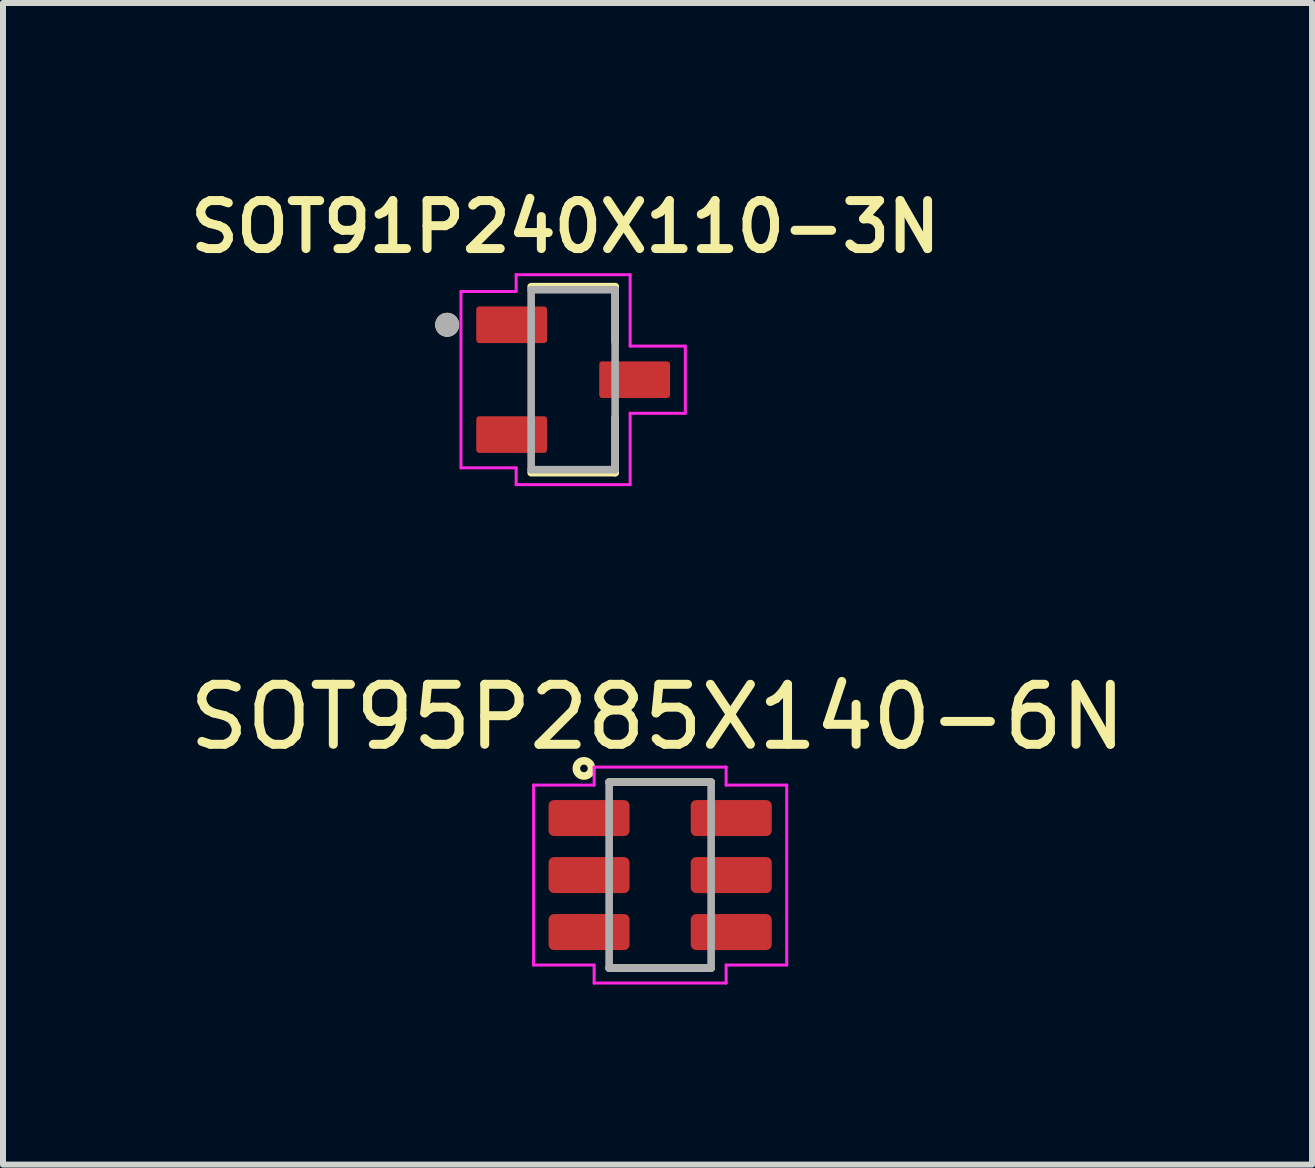
<source format=kicad_pcb>
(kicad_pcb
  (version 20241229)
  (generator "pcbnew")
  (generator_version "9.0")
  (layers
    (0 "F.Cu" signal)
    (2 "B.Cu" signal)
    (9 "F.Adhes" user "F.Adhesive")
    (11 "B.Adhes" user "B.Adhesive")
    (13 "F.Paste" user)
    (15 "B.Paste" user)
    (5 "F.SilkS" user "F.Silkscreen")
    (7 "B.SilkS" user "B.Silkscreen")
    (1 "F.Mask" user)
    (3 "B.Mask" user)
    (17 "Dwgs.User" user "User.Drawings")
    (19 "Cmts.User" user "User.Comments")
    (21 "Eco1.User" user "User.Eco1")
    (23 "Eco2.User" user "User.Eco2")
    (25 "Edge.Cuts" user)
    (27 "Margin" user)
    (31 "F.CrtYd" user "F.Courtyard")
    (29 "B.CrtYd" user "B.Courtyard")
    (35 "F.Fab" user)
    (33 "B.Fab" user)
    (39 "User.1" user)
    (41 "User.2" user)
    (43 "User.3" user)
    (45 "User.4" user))
  (footprint "SOT91P240X110-3N"
    (layer "F.Cu")
    (at 6.504 3.279)
    (property "Reference" "SOT91P240X110-3N" (at -0.13 -2.548 0) (layer "F.SilkS") (effects (font (size 0.8 0.8) (thickness 0.15))))
    (attr smd)
    (fp_line (start -0.7 -1.55) (end 0.7 -1.55) (stroke (width 0.127) (type solid)) (layer "F.SilkS"))
    (fp_line (start 0.7 -1.55) (end 0.7 -0.63) (stroke (width 0.127) (type solid)) (layer "F.SilkS"))
    (fp_line (start 0.7 0.63) (end 0.7 1.55) (stroke (width 0.127) (type solid)) (layer "F.SilkS"))
    (fp_line (start 0.7 1.55) (end -0.7 1.55) (stroke (width 0.127) (type solid)) (layer "F.SilkS"))
    (fp_circle (center -2.1 -0.915) (end -2 -0.915) (stroke (width 0.2) (type solid)) (fill no) (layer "F.SilkS"))
    (fp_line (start -1.87 -1.47) (end -0.95 -1.47) (stroke (width 0.05) (type solid)) (layer "F.CrtYd"))
    (fp_line (start -1.87 1.47) (end -1.87 -1.47) (stroke (width 0.05) (type solid)) (layer "F.CrtYd"))
    (fp_line (start -0.95 -1.75) (end 0.95 -1.75) (stroke (width 0.05) (type solid)) (layer "F.CrtYd"))
    (fp_line (start -0.95 -1.47) (end -0.95 -1.75) (stroke (width 0.05) (type solid)) (layer "F.CrtYd"))
    (fp_line (start -0.95 1.47) (end -1.87 1.47) (stroke (width 0.05) (type solid)) (layer "F.CrtYd"))
    (fp_line (start -0.95 1.75) (end -0.95 1.47) (stroke (width 0.05) (type solid)) (layer "F.CrtYd"))
    (fp_line (start 0.95 -1.75) (end 0.95 -0.56) (stroke (width 0.05) (type solid)) (layer "F.CrtYd"))
    (fp_line (start 0.95 -0.56) (end 1.87 -0.56) (stroke (width 0.05) (type solid)) (layer "F.CrtYd"))
    (fp_line (start 0.95 0.56) (end 0.95 1.75) (stroke (width 0.05) (type solid)) (layer "F.CrtYd"))
    (fp_line (start 0.95 1.75) (end -0.95 1.75) (stroke (width 0.05) (type solid)) (layer "F.CrtYd"))
    (fp_line (start 1.87 -0.56) (end 1.87 0.56) (stroke (width 0.05) (type solid)) (layer "F.CrtYd"))
    (fp_line (start 1.87 0.56) (end 0.95 0.56) (stroke (width 0.05) (type solid)) (layer "F.CrtYd"))
    (fp_line (start -0.7 -1.5) (end 0.7 -1.5) (stroke (width 0.127) (type solid)) (layer "F.Fab"))
    (fp_line (start -0.7 1.5) (end -0.7 -1.5) (stroke (width 0.127) (type solid)) (layer "F.Fab"))
    (fp_line (start 0.7 -1.5) (end 0.7 1.5) (stroke (width 0.127) (type solid)) (layer "F.Fab"))
    (fp_line (start 0.7 1.5) (end -0.7 1.5) (stroke (width 0.127) (type solid)) (layer "F.Fab"))
    (fp_circle (center -2.1 -0.915) (end -2 -0.915) (stroke (width 0.2) (type solid)) (fill no) (layer "F.Fab"))
    (pad "1" smd roundrect (at -1.025 -0.915) (size 1.18 0.61) (layers "F.Cu" "F.Mask" "F.Paste") (roundrect_rratio 0.08))
    (pad "2" smd roundrect (at -1.025 0.915) (size 1.18 0.61) (layers "F.Cu" "F.Mask" "F.Paste") (roundrect_rratio 0.08))
    (pad "3" smd roundrect (at 1.025 0) (size 1.18 0.61) (layers "F.Cu" "F.Mask" "F.Paste") (roundrect_rratio 0.08)))
  (footprint "SOT95P285X140-6N"
    (layer "F.Cu")
    (at 7.954 11.537)
    (property "Reference" "SOT95P285X140-6N" (at -0.043 -2.635 0) (layer "F.SilkS") (effects (font (size 1 1) (thickness 0.15))))
    (attr smd)
    (fp_line (start -0.85 -1.55) (end 0.85 -1.55) (stroke (width 0.127) (type solid)) (layer "F.SilkS"))
    (fp_line (start -0.85 1.55) (end 0.85 1.55) (stroke (width 0.127) (type solid)) (layer "F.SilkS"))
    (fp_circle (center -1.27 -1.778) (end -1.143 -1.778) (stroke (width 0.127) (type solid)) (fill no) (layer "F.SilkS"))
    (fp_line (start -2.11 -1.5) (end -1.1 -1.5) (stroke (width 0.05) (type solid)) (layer "F.CrtYd"))
    (fp_line (start -2.11 1.5) (end -2.11 -1.5) (stroke (width 0.05) (type solid)) (layer "F.CrtYd"))
    (fp_line (start -1.1 -1.8) (end 1.1 -1.8) (stroke (width 0.05) (type solid)) (layer "F.CrtYd"))
    (fp_line (start -1.1 -1.5) (end -1.1 -1.8) (stroke (width 0.05) (type solid)) (layer "F.CrtYd"))
    (fp_line (start -1.1 1.5) (end -2.11 1.5) (stroke (width 0.05) (type solid)) (layer "F.CrtYd"))
    (fp_line (start -1.1 1.8) (end -1.1 1.5) (stroke (width 0.05) (type solid)) (layer "F.CrtYd"))
    (fp_line (start 1.1 -1.8) (end 1.1 -1.5) (stroke (width 0.05) (type solid)) (layer "F.CrtYd"))
    (fp_line (start 1.1 -1.5) (end 2.11 -1.5) (stroke (width 0.05) (type solid)) (layer "F.CrtYd"))
    (fp_line (start 1.1 1.5) (end 1.1 1.8) (stroke (width 0.05) (type solid)) (layer "F.CrtYd"))
    (fp_line (start 1.1 1.8) (end -1.1 1.8) (stroke (width 0.05) (type solid)) (layer "F.CrtYd"))
    (fp_line (start 2.11 -1.5) (end 2.11 1.5) (stroke (width 0.05) (type solid)) (layer "F.CrtYd"))
    (fp_line (start 2.11 1.5) (end 1.1 1.5) (stroke (width 0.05) (type solid)) (layer "F.CrtYd"))
    (fp_line (start -0.85 -1.55) (end -0.85 1.55) (stroke (width 0.127) (type solid)) (layer "F.Fab"))
    (fp_line (start -0.85 1.55) (end 0.85 1.55) (stroke (width 0.127) (type solid)) (layer "F.Fab"))
    (fp_line (start 0.85 -1.55) (end -0.85 -1.55) (stroke (width 0.127) (type solid)) (layer "F.Fab"))
    (fp_line (start 0.85 1.55) (end 0.85 -1.55) (stroke (width 0.127) (type solid)) (layer "F.Fab"))
    (pad "1" smd roundrect (at -1.185 -0.95) (size 1.35 0.6) (layers "F.Cu" "F.Mask" "F.Paste") (roundrect_rratio 0.15))
    (pad "2" smd roundrect (at -1.185 0) (size 1.35 0.6) (layers "F.Cu" "F.Mask" "F.Paste") (roundrect_rratio 0.15))
    (pad "3" smd roundrect (at -1.185 0.95) (size 1.35 0.6) (layers "F.Cu" "F.Mask" "F.Paste") (roundrect_rratio 0.15))
    (pad "4" smd roundrect (at 1.185 0.95) (size 1.35 0.6) (layers "F.Cu" "F.Mask" "F.Paste") (roundrect_rratio 0.15))
    (pad "5" smd roundrect (at 1.185 0) (size 1.35 0.6) (layers "F.Cu" "F.Mask" "F.Paste") (roundrect_rratio 0.15))
    (pad "6" smd roundrect (at 1.185 -0.95) (size 1.35 0.6) (layers "F.Cu" "F.Mask" "F.Paste") (roundrect_rratio 0.15)))
  (gr_rect
    (start -3 -3)
    (end 18.821 16.363)
    (stroke (width 0.1) (type default))
    (fill no)
    (layer "Edge.Cuts")))
</source>
